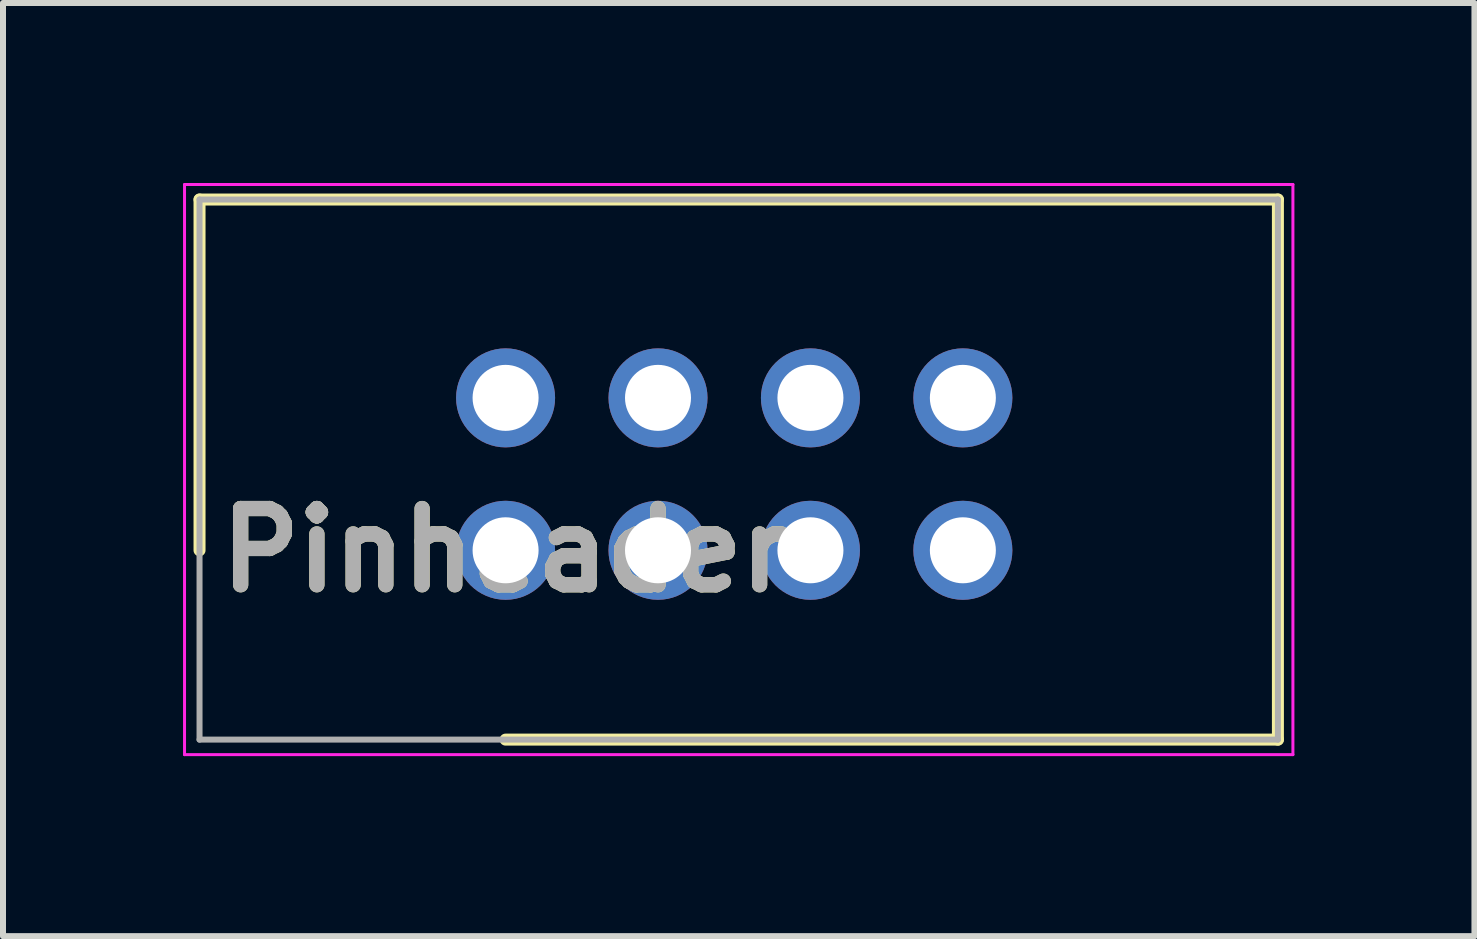
<source format=kicad_pcb>
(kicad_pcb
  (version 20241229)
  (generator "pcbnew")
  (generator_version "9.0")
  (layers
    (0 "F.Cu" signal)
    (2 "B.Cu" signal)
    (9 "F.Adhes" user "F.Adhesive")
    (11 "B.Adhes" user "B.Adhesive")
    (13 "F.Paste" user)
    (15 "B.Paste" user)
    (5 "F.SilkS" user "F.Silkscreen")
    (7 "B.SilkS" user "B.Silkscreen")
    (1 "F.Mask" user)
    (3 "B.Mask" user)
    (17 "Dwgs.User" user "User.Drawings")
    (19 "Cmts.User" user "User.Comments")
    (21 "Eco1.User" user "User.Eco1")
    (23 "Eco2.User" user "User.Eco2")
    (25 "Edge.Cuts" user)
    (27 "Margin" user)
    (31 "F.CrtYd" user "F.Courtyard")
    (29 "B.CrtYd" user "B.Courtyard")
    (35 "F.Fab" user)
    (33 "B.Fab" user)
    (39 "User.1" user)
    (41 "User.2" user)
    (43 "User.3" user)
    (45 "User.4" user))
  (footprint "Pinheader"
    (layer "F.Cu")
    (at 5.375 6.12)
    (property "Reference" "Pinheader" (at 0 0 0) (layer "F.SilkS") (effects (font (size 1.27 1.27) (thickness 0.254))))
    (attr through_hole)
    (fp_line (start -5.1 -5.845) (end -5.1 0) (stroke (width 0.2) (type solid)) (layer "F.SilkS"))
    (fp_line (start 0 3.155) (end 12.87 3.155) (stroke (width 0.2) (type solid)) (layer "F.SilkS"))
    (fp_line (start 12.87 -5.845) (end -5.1 -5.845) (stroke (width 0.2) (type solid)) (layer "F.SilkS"))
    (fp_line (start 12.87 3.155) (end 12.87 -5.845) (stroke (width 0.2) (type solid)) (layer "F.SilkS"))
    (fp_line (start -5.35 -6.095) (end 13.12 -6.095) (stroke (width 0.05) (type solid)) (layer "F.CrtYd"))
    (fp_line (start -5.35 3.405) (end -5.35 -6.095) (stroke (width 0.05) (type solid)) (layer "F.CrtYd"))
    (fp_line (start 13.12 -6.095) (end 13.12 3.405) (stroke (width 0.05) (type solid)) (layer "F.CrtYd"))
    (fp_line (start 13.12 3.405) (end -5.35 3.405) (stroke (width 0.05) (type solid)) (layer "F.CrtYd"))
    (fp_line (start -5.1 -5.845) (end 12.87 -5.845) (stroke (width 0.1) (type solid)) (layer "F.Fab"))
    (fp_line (start -5.1 3.155) (end -5.1 -5.845) (stroke (width 0.1) (type solid)) (layer "F.Fab"))
    (fp_line (start 12.87 -5.845) (end 12.87 3.155) (stroke (width 0.1) (type solid)) (layer "F.Fab"))
    (fp_line (start 12.87 3.155) (end -5.1 3.155) (stroke (width 0.1) (type solid)) (layer "F.Fab"))
    (fp_text user "${REFERENCE}" (at 0 0 0) (layer "F.Fab") (effects (font (size 1.27 1.27) (thickness 0.254))))
    (pad "1" thru_hole circle (at 0 0) (size 1.65 1.65) (drill 1.1) (layers "*.Cu" "*.Mask"))
    (pad "2" thru_hole circle (at 0 -2.54) (size 1.65 1.65) (drill 1.1) (layers "*.Cu" "*.Mask"))
    (pad "3" thru_hole circle (at 2.54 0) (size 1.65 1.65) (drill 1.1) (layers "*.Cu" "*.Mask"))
    (pad "4" thru_hole circle (at 2.54 -2.54) (size 1.65 1.65) (drill 1.1) (layers "*.Cu" "*.Mask"))
    (pad "5" thru_hole circle (at 5.08 0) (size 1.65 1.65) (drill 1.1) (layers "*.Cu" "*.Mask"))
    (pad "6" thru_hole circle (at 5.08 -2.54) (size 1.65 1.65) (drill 1.1) (layers "*.Cu" "*.Mask"))
    (pad "7" thru_hole circle (at 7.62 0) (size 1.65 1.65) (drill 1.1) (layers "*.Cu" "*.Mask"))
    (pad "8" thru_hole circle (at 7.62 -2.54) (size 1.65 1.65) (drill 1.1) (layers "*.Cu" "*.Mask")))
  (gr_rect
    (start -3 -3)
    (end 21.52 12.55)
    (stroke (width 0.1) (type default))
    (fill no)
    (layer "Edge.Cuts")))
</source>
